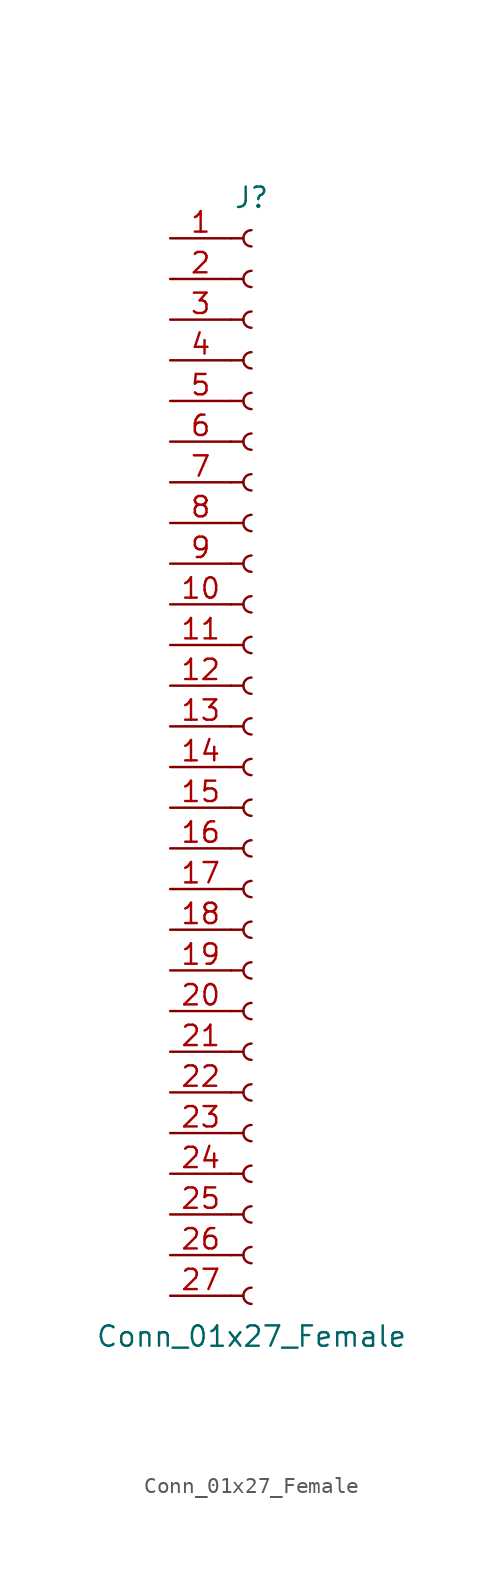
<source format=kicad_sym>
(kicad_symbol_lib
  (version 20201005)
  (generator kicad_symbol_editor)
  (symbol "Conn_01x27_Female"
    (pin_names
      (offset 1.016) hide)
    (property "Reference" "J"
      (at 0 35.56 0)
      (effects (font (size 1.27 1.27))))
    (property "Value" "Conn_01x27_Female"
      (at 0 -35.56 0)
      (effects (font (size 1.27 1.27))))
    (symbol "Conn_01x27_Female_1_1"
      (arc (start 0 -32.512) (end 0 -33.528) (radius (at 0 -33.02) (length 0.508) (angles 90.1 -90.1)) (stroke (width 0.1524)) (fill (type none)))
      (arc (start 0 -29.972) (end 0 -30.988) (radius (at 0 -30.48) (length 0.508) (angles 90.1 -90.1)) (stroke (width 0.1524)) (fill (type none)))
      (arc (start 0 -27.432) (end 0 -28.448) (radius (at 0 -27.94) (length 0.508) (angles 90.1 -90.1)) (stroke (width 0.1524)) (fill (type none)))
      (arc (start 0 -24.892) (end 0 -25.908) (radius (at 0 -25.4) (length 0.508) (angles 90.1 -90.1)) (stroke (width 0.1524)) (fill (type none)))
      (arc (start 0 -22.352) (end 0 -23.368) (radius (at 0 -22.86) (length 0.508) (angles 90.1 -90.1)) (stroke (width 0.1524)) (fill (type none)))
      (arc (start 0 -19.812) (end 0 -20.828) (radius (at 0 -20.32) (length 0.508) (angles 90.1 -90.1)) (stroke (width 0.1524)) (fill (type none)))
      (arc (start 0 -17.272) (end 0 -18.288) (radius (at 0 -17.78) (length 0.508) (angles 90.1 -90.1)) (stroke (width 0.1524)) (fill (type none)))
      (arc (start 0 -14.732) (end 0 -15.748) (radius (at 0 -15.24) (length 0.508) (angles 90.1 -90.1)) (stroke (width 0.1524)) (fill (type none)))
      (arc (start 0 -12.192) (end 0 -13.208) (radius (at 0 -12.7) (length 0.508) (angles 90.1 -90.1)) (stroke (width 0.1524)) (fill (type none)))
      (arc (start 0 -9.652) (end 0 -10.668) (radius (at 0 -10.16) (length 0.508) (angles 90.1 -90.1)) (stroke (width 0.1524)) (fill (type none)))
      (arc (start 0 -7.112) (end 0 -8.128) (radius (at 0 -7.62) (length 0.508) (angles 90.1 -90.1)) (stroke (width 0.1524)) (fill (type none)))
      (arc (start 0 -4.572) (end 0 -5.588) (radius (at 0 -5.08) (length 0.508) (angles 90.1 -90.1)) (stroke (width 0.1524)) (fill (type none)))
      (arc (start 0 -2.032) (end 0 -3.048) (radius (at 0 -2.54) (length 0.508) (angles 90.1 -90.1)) (stroke (width 0.1524)) (fill (type none)))
      (arc (start 0 0.508) (end 0 -0.508) (radius (at 0 0) (length 0.508) (angles 90.1 -90.1)) (stroke (width 0.1524)) (fill (type none)))
      (arc (start 0 3.048) (end 0 2.032) (radius (at 0 2.54) (length 0.508) (angles 90.1 -90.1)) (stroke (width 0.1524)) (fill (type none)))
      (arc (start 0 5.588) (end 0 4.572) (radius (at 0 5.08) (length 0.508) (angles 90.1 -90.1)) (stroke (width 0.1524)) (fill (type none)))
      (arc (start 0 8.128) (end 0 7.112) (radius (at 0 7.62) (length 0.508) (angles 90.1 -90.1)) (stroke (width 0.1524)) (fill (type none)))
      (arc (start 0 10.668) (end 0 9.652) (radius (at 0 10.16) (length 0.508) (angles 90.1 -90.1)) (stroke (width 0.1524)) (fill (type none)))
      (arc (start 0 13.208) (end 0 12.192) (radius (at 0 12.7) (length 0.508) (angles 90.1 -90.1)) (stroke (width 0.1524)) (fill (type none)))
      (arc (start 0 15.748) (end 0 14.732) (radius (at 0 15.24) (length 0.508) (angles 90.1 -90.1)) (stroke (width 0.1524)) (fill (type none)))
      (arc (start 0 18.288) (end 0 17.272) (radius (at 0 17.78) (length 0.508) (angles 90.1 -90.1)) (stroke (width 0.1524)) (fill (type none)))
      (arc (start 0 20.828) (end 0 19.812) (radius (at 0 20.32) (length 0.508) (angles 90.1 -90.1)) (stroke (width 0.1524)) (fill (type none)))
      (arc (start 0 23.368) (end 0 22.352) (radius (at 0 22.86) (length 0.508) (angles 90.1 -90.1)) (stroke (width 0.1524)) (fill (type none)))
      (arc (start 0 25.908) (end 0 24.892) (radius (at 0 25.4) (length 0.508) (angles 90.1 -90.1)) (stroke (width 0.1524)) (fill (type none)))
      (arc (start 0 28.448) (end 0 27.432) (radius (at 0 27.94) (length 0.508) (angles 90.1 -90.1)) (stroke (width 0.1524)) (fill (type none)))
      (arc (start 0 30.988) (end 0 29.972) (radius (at 0 30.48) (length 0.508) (angles 90.1 -90.1)) (stroke (width 0.1524)) (fill (type none)))
      (arc (start 0 33.528) (end 0 32.512) (radius (at 0 33.02) (length 0.508) (angles 90.1 -90.1)) (stroke (width 0.1524)) (fill (type none)))
      (polyline (pts (xy -1.27 -33.02) (xy -0.508 -33.02)) (stroke (width 0.152)) (fill (type none)))
      (polyline (pts (xy -1.27 -30.48) (xy -0.508 -30.48)) (stroke (width 0.152)) (fill (type none)))
      (polyline (pts (xy -1.27 -27.94) (xy -0.508 -27.94)) (stroke (width 0.152)) (fill (type none)))
      (polyline (pts (xy -1.27 -25.4) (xy -0.508 -25.4)) (stroke (width 0.152)) (fill (type none)))
      (polyline (pts (xy -1.27 -22.86) (xy -0.508 -22.86)) (stroke (width 0.152)) (fill (type none)))
      (polyline (pts (xy -1.27 -20.32) (xy -0.508 -20.32)) (stroke (width 0.152)) (fill (type none)))
      (polyline (pts (xy -1.27 -17.78) (xy -0.508 -17.78)) (stroke (width 0.152)) (fill (type none)))
      (polyline (pts (xy -1.27 -15.24) (xy -0.508 -15.24)) (stroke (width 0.152)) (fill (type none)))
      (polyline (pts (xy -1.27 -12.7) (xy -0.508 -12.7)) (stroke (width 0.152)) (fill (type none)))
      (polyline (pts (xy -1.27 -10.16) (xy -0.508 -10.16)) (stroke (width 0.152)) (fill (type none)))
      (polyline (pts (xy -1.27 -7.62) (xy -0.508 -7.62)) (stroke (width 0.152)) (fill (type none)))
      (polyline (pts (xy -1.27 -5.08) (xy -0.508 -5.08)) (stroke (width 0.152)) (fill (type none)))
      (polyline (pts (xy -1.27 -2.54) (xy -0.508 -2.54)) (stroke (width 0.152)) (fill (type none)))
      (polyline (pts (xy -1.27 0) (xy -0.508 0)) (stroke (width 0.152)) (fill (type none)))
      (polyline (pts (xy -1.27 2.54) (xy -0.508 2.54)) (stroke (width 0.152)) (fill (type none)))
      (polyline (pts (xy -1.27 5.08) (xy -0.508 5.08)) (stroke (width 0.152)) (fill (type none)))
      (polyline (pts (xy -1.27 7.62) (xy -0.508 7.62)) (stroke (width 0.152)) (fill (type none)))
      (polyline (pts (xy -1.27 10.16) (xy -0.508 10.16)) (stroke (width 0.152)) (fill (type none)))
      (polyline (pts (xy -1.27 12.7) (xy -0.508 12.7)) (stroke (width 0.152)) (fill (type none)))
      (polyline (pts (xy -1.27 15.24) (xy -0.508 15.24)) (stroke (width 0.152)) (fill (type none)))
      (polyline (pts (xy -1.27 17.78) (xy -0.508 17.78)) (stroke (width 0.152)) (fill (type none)))
      (polyline (pts (xy -1.27 20.32) (xy -0.508 20.32)) (stroke (width 0.152)) (fill (type none)))
      (polyline (pts (xy -1.27 22.86) (xy -0.508 22.86)) (stroke (width 0.152)) (fill (type none)))
      (polyline (pts (xy -1.27 25.4) (xy -0.508 25.4)) (stroke (width 0.152)) (fill (type none)))
      (polyline (pts (xy -1.27 27.94) (xy -0.508 27.94)) (stroke (width 0.152)) (fill (type none)))
      (polyline (pts (xy -1.27 30.48) (xy -0.508 30.48)) (stroke (width 0.152)) (fill (type none)))
      (polyline (pts (xy -1.27 33.02) (xy -0.508 33.02)) (stroke (width 0.152)) (fill (type none)))
      (pin passive line (at -5.08 33.02 0) (length 3.81) (name "Pin_1" (effects (font (size 1.27 1.27)))) (number "1" (effects (font (size 1.27 1.27)))))
      (pin passive line (at -5.08 10.16 0) (length 3.81) (name "Pin_10" (effects (font (size 1.27 1.27)))) (number "10" (effects (font (size 1.27 1.27)))))
      (pin passive line (at -5.08 7.62 0) (length 3.81) (name "Pin_11" (effects (font (size 1.27 1.27)))) (number "11" (effects (font (size 1.27 1.27)))))
      (pin passive line (at -5.08 5.08 0) (length 3.81) (name "Pin_12" (effects (font (size 1.27 1.27)))) (number "12" (effects (font (size 1.27 1.27)))))
      (pin passive line (at -5.08 2.54 0) (length 3.81) (name "Pin_13" (effects (font (size 1.27 1.27)))) (number "13" (effects (font (size 1.27 1.27)))))
      (pin passive line (at -5.08 0 0) (length 3.81) (name "Pin_14" (effects (font (size 1.27 1.27)))) (number "14" (effects (font (size 1.27 1.27)))))
      (pin passive line (at -5.08 -2.54 0) (length 3.81) (name "Pin_15" (effects (font (size 1.27 1.27)))) (number "15" (effects (font (size 1.27 1.27)))))
      (pin passive line (at -5.08 -5.08 0) (length 3.81) (name "Pin_16" (effects (font (size 1.27 1.27)))) (number "16" (effects (font (size 1.27 1.27)))))
      (pin passive line (at -5.08 -7.62 0) (length 3.81) (name "Pin_17" (effects (font (size 1.27 1.27)))) (number "17" (effects (font (size 1.27 1.27)))))
      (pin passive line (at -5.08 -10.16 0) (length 3.81) (name "Pin_18" (effects (font (size 1.27 1.27)))) (number "18" (effects (font (size 1.27 1.27)))))
      (pin passive line (at -5.08 -12.7 0) (length 3.81) (name "Pin_19" (effects (font (size 1.27 1.27)))) (number "19" (effects (font (size 1.27 1.27)))))
      (pin passive line (at -5.08 30.48 0) (length 3.81) (name "Pin_2" (effects (font (size 1.27 1.27)))) (number "2" (effects (font (size 1.27 1.27)))))
      (pin passive line (at -5.08 -15.24 0) (length 3.81) (name "Pin_20" (effects (font (size 1.27 1.27)))) (number "20" (effects (font (size 1.27 1.27)))))
      (pin passive line (at -5.08 -17.78 0) (length 3.81) (name "Pin_21" (effects (font (size 1.27 1.27)))) (number "21" (effects (font (size 1.27 1.27)))))
      (pin passive line (at -5.08 -20.32 0) (length 3.81) (name "Pin_22" (effects (font (size 1.27 1.27)))) (number "22" (effects (font (size 1.27 1.27)))))
      (pin passive line (at -5.08 -22.86 0) (length 3.81) (name "Pin_23" (effects (font (size 1.27 1.27)))) (number "23" (effects (font (size 1.27 1.27)))))
      (pin passive line (at -5.08 -25.4 0) (length 3.81) (name "Pin_24" (effects (font (size 1.27 1.27)))) (number "24" (effects (font (size 1.27 1.27)))))
      (pin passive line (at -5.08 -27.94 0) (length 3.81) (name "Pin_25" (effects (font (size 1.27 1.27)))) (number "25" (effects (font (size 1.27 1.27)))))
      (pin passive line (at -5.08 -30.48 0) (length 3.81) (name "Pin_26" (effects (font (size 1.27 1.27)))) (number "26" (effects (font (size 1.27 1.27)))))
      (pin passive line (at -5.08 -33.02 0) (length 3.81) (name "Pin_27" (effects (font (size 1.27 1.27)))) (number "27" (effects (font (size 1.27 1.27)))))
      (pin passive line (at -5.08 27.94 0) (length 3.81) (name "Pin_3" (effects (font (size 1.27 1.27)))) (number "3" (effects (font (size 1.27 1.27)))))
      (pin passive line (at -5.08 25.4 0) (length 3.81) (name "Pin_4" (effects (font (size 1.27 1.27)))) (number "4" (effects (font (size 1.27 1.27)))))
      (pin passive line (at -5.08 22.86 0) (length 3.81) (name "Pin_5" (effects (font (size 1.27 1.27)))) (number "5" (effects (font (size 1.27 1.27)))))
      (pin passive line (at -5.08 20.32 0) (length 3.81) (name "Pin_6" (effects (font (size 1.27 1.27)))) (number "6" (effects (font (size 1.27 1.27)))))
      (pin passive line (at -5.08 17.78 0) (length 3.81) (name "Pin_7" (effects (font (size 1.27 1.27)))) (number "7" (effects (font (size 1.27 1.27)))))
      (pin passive line (at -5.08 15.24 0) (length 3.81) (name "Pin_8" (effects (font (size 1.27 1.27)))) (number "8" (effects (font (size 1.27 1.27)))))
      (pin passive line (at -5.08 12.7 0) (length 3.81) (name "Pin_9" (effects (font (size 1.27 1.27)))) (number "9" (effects (font (size 1.27 1.27))))))))
</source>
